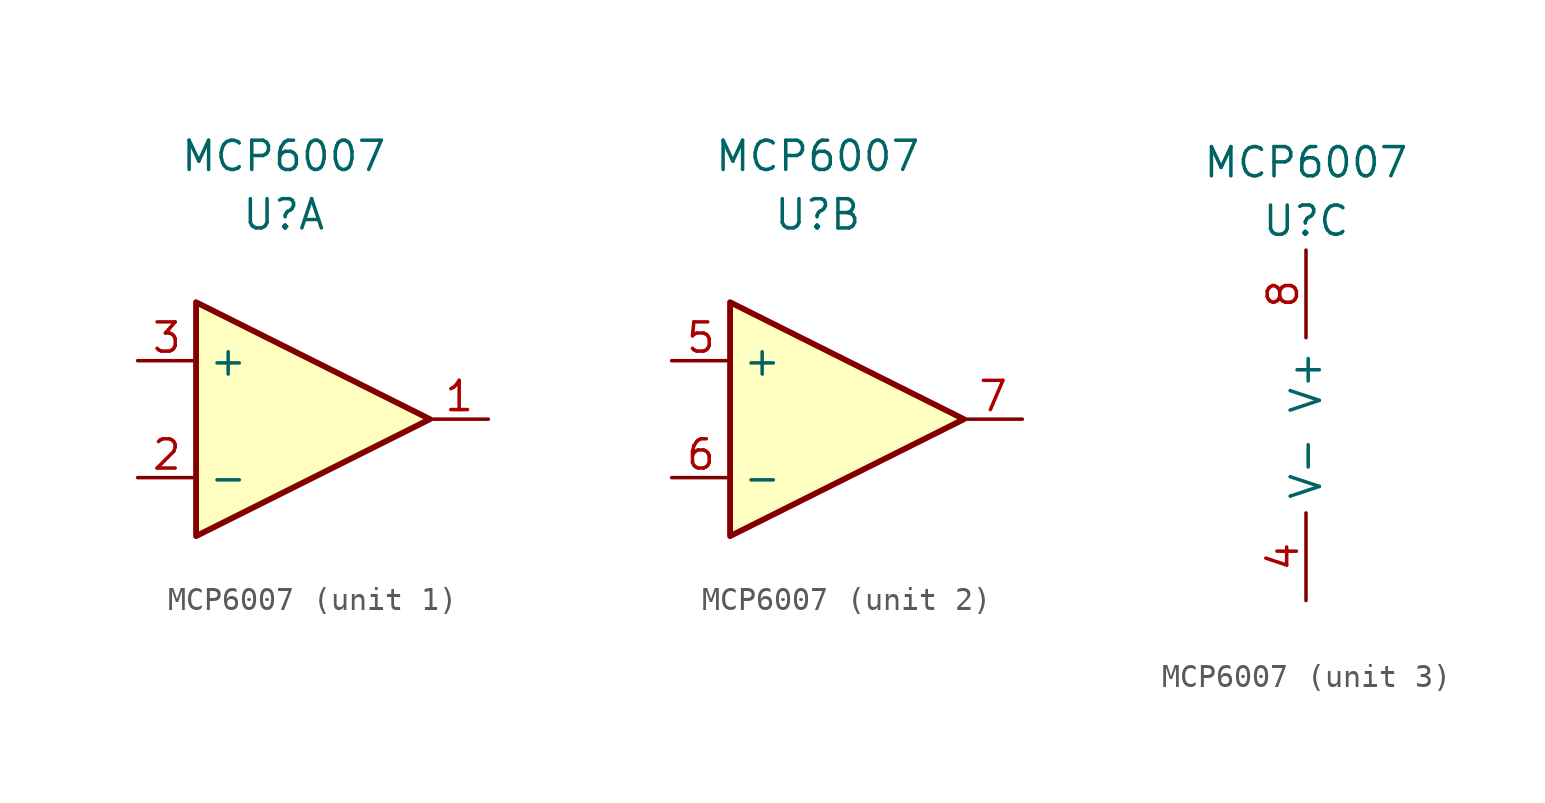
<source format=kicad_sym>
(kicad_symbol_lib
  (version 20211014)
  (generator kicad_symbol_editor)
  (symbol "MCP6007"
    (property "Reference" "U"
      (at 0 8.89 0)
      (effects (font (size 1.27 1.27))))
    (property "Value" "MCP6007"
      (at 0 11.43 0)
      (effects (font (size 1.27 1.27))))
    (symbol "MCP6007_1_1"
      (polyline (pts (xy -3.81 5.08) (xy 6.35 0) (xy -3.81 -5.08) (xy -3.81 5.08)) (stroke (width 0.254) (type default) (color 0 0 0 0)) (fill (type background)))
      (pin output line (at 8.89 0 180) (length 2.54) (name "~" (effects (font (size 1.27 1.27)))) (number "1" (effects (font (size 1.27 1.27)))))
      (pin input line (at -6.35 -2.54 0) (length 2.54) (name "-" (effects (font (size 1.27 1.27)))) (number "2" (effects (font (size 1.27 1.27)))))
      (pin input line (at -6.35 2.54 0) (length 2.54) (name "+" (effects (font (size 1.27 1.27)))) (number "3" (effects (font (size 1.27 1.27))))))
    (symbol "MCP6007_2_1"
      (polyline (pts (xy -3.81 5.08) (xy 6.35 0) (xy -3.81 -5.08) (xy -3.81 5.08)) (stroke (width 0.254) (type default) (color 0 0 0 0)) (fill (type background)))
      (pin input line (at -6.35 2.54 0) (length 2.54) (name "+" (effects (font (size 1.27 1.27)))) (number "5" (effects (font (size 1.27 1.27)))))
      (pin input line (at -6.35 -2.54 0) (length 2.54) (name "-" (effects (font (size 1.27 1.27)))) (number "6" (effects (font (size 1.27 1.27)))))
      (pin output line (at 8.89 0 180) (length 2.54) (name "~" (effects (font (size 1.27 1.27)))) (number "7" (effects (font (size 1.27 1.27))))))
    (symbol "MCP6007_3_1"
      (pin power_in line (at 0 -7.62 90) (length 3.81) (name "V-" (effects (font (size 1.27 1.27)))) (number "4" (effects (font (size 1.27 1.27)))))
      (pin power_in line (at 0 7.62 270) (length 3.81) (name "V+" (effects (font (size 1.27 1.27)))) (number "8" (effects (font (size 1.27 1.27))))))))
</source>
